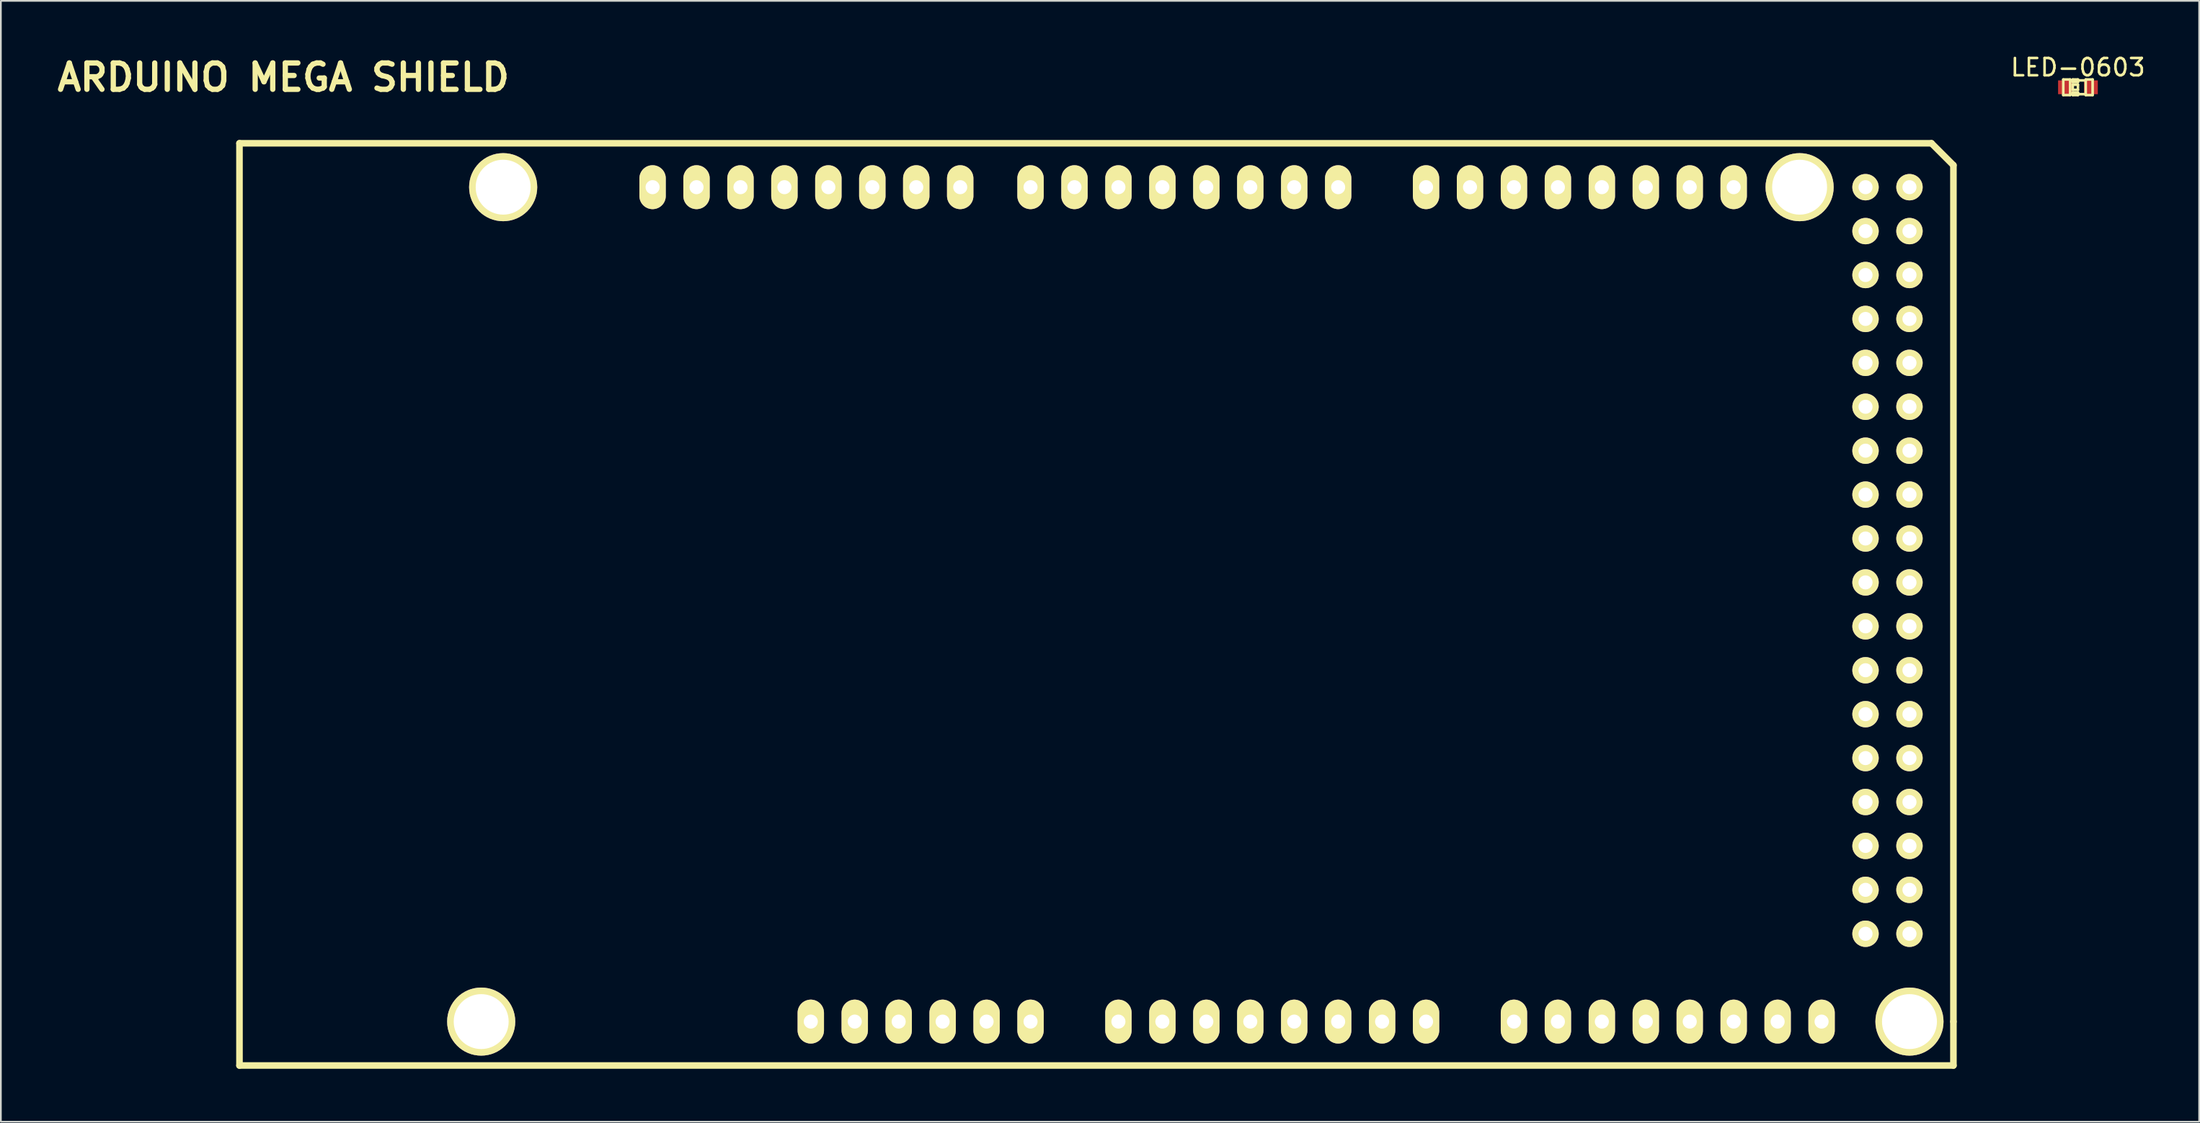
<source format=kicad_pcb>
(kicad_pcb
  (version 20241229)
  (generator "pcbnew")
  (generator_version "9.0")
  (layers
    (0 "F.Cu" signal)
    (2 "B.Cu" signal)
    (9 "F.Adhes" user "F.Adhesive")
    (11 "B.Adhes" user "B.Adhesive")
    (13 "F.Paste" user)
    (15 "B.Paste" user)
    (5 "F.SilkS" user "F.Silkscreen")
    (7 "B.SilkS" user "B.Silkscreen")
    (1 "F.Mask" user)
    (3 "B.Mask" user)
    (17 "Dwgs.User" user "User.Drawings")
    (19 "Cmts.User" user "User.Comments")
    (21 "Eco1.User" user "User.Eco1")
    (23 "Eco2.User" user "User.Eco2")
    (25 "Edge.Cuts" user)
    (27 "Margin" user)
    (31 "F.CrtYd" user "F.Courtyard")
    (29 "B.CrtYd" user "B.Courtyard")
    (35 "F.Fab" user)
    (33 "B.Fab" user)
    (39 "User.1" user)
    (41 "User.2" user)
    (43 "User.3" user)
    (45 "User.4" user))
  (footprint "ARDUINO MEGA SHIELD"
    (layer "F.Cu")
    (at 10.791 58.576)
    (property "Reference" "ARDUINO MEGA SHIELD" (at 2.54 -57.15 0) (layer "F.SilkS") (effects (font (size 1.524 1.524) (thickness 0.305))))
    (attr through_hole)
    (fp_line (start 0 0) (end 0 -53.34) (stroke (width 0.381) (type solid)) (layer "F.SilkS"))
    (fp_line (start 97.79 -53.34) (end 0 -53.34) (stroke (width 0.381) (type solid)) (layer "F.SilkS"))
    (fp_line (start 99.06 -52.07) (end 97.79 -53.34) (stroke (width 0.381) (type solid)) (layer "F.SilkS"))
    (fp_line (start 99.06 -2.54) (end 99.06 -52.07) (stroke (width 0.381) (type solid)) (layer "F.SilkS"))
    (fp_line (start 99.06 -2.54) (end 99.06 0) (stroke (width 0.381) (type solid)) (layer "F.SilkS"))
    (fp_line (start 99.06 0) (end 0 0) (stroke (width 0.381) (type solid)) (layer "F.SilkS"))
    (pad "" thru_hole circle (at 13.97 -2.54 90) (size 3.937 3.937) (drill 3.175) (layers "*.Cu" "*.Mask" "F.SilkS"))
    (pad "" thru_hole circle (at 15.24 -50.8 90) (size 3.937 3.937) (drill 3.175) (layers "*.Cu" "*.Mask" "F.SilkS"))
    (pad "" thru_hole circle (at 90.17 -50.8 90) (size 3.937 3.937) (drill 3.175) (layers "*.Cu" "*.Mask" "F.SilkS"))
    (pad "" thru_hole circle (at 96.52 -2.54 90) (size 3.937 3.937) (drill 3.175) (layers "*.Cu" "*.Mask" "F.SilkS"))
    (pad "0" thru_hole oval (at 63.5 -50.8 90) (size 2.54 1.524) (drill 0.813) (layers "*.Cu" "*.Mask" "F.SilkS"))
    (pad "1" thru_hole oval (at 60.96 -50.8 90) (size 2.54 1.524) (drill 0.813) (layers "*.Cu" "*.Mask" "F.SilkS"))
    (pad "2" thru_hole oval (at 58.42 -50.8 90) (size 2.54 1.524) (drill 0.813) (layers "*.Cu" "*.Mask" "F.SilkS"))
    (pad "3" thru_hole oval (at 55.88 -50.8 90) (size 2.54 1.524) (drill 0.813) (layers "*.Cu" "*.Mask" "F.SilkS"))
    (pad "3V3" thru_hole oval (at 35.56 -2.54 90) (size 2.54 1.524) (drill 0.813) (layers "*.Cu" "*.Mask" "F.SilkS"))
    (pad "4" thru_hole oval (at 53.34 -50.8 90) (size 2.54 1.524) (drill 0.813) (layers "*.Cu" "*.Mask" "F.SilkS"))
    (pad "5" thru_hole oval (at 50.8 -50.8 90) (size 2.54 1.524) (drill 0.813) (layers "*.Cu" "*.Mask" "F.SilkS"))
    (pad "5V" thru_hole oval (at 38.1 -2.54 90) (size 2.54 1.524) (drill 0.813) (layers "*.Cu" "*.Mask" "F.SilkS"))
    (pad "5V_4" thru_hole circle (at 93.98 -50.8) (size 1.524 1.524) (drill 0.813) (layers "*.Cu" "*.Mask" "F.SilkS"))
    (pad "5V_5" thru_hole circle (at 96.52 -50.8) (size 1.524 1.524) (drill 0.813) (layers "*.Cu" "*.Mask" "F.SilkS"))
    (pad "6" thru_hole oval (at 48.26 -50.8 90) (size 2.54 1.524) (drill 0.813) (layers "*.Cu" "*.Mask" "F.SilkS"))
    (pad "7" thru_hole oval (at 45.72 -50.8 90) (size 2.54 1.524) (drill 0.813) (layers "*.Cu" "*.Mask" "F.SilkS"))
    (pad "8" thru_hole oval (at 41.656 -50.8 90) (size 2.54 1.524) (drill 0.813) (layers "*.Cu" "*.Mask" "F.SilkS"))
    (pad "9" thru_hole oval (at 39.116 -50.8 90) (size 2.54 1.524) (drill 0.813) (layers "*.Cu" "*.Mask" "F.SilkS"))
    (pad "10" thru_hole oval (at 36.576 -50.8 90) (size 2.54 1.524) (drill 0.813) (layers "*.Cu" "*.Mask" "F.SilkS"))
    (pad "11" thru_hole oval (at 34.036 -50.8 90) (size 2.54 1.524) (drill 0.813) (layers "*.Cu" "*.Mask" "F.SilkS"))
    (pad "12" thru_hole oval (at 31.496 -50.8 90) (size 2.54 1.524) (drill 0.813) (layers "*.Cu" "*.Mask" "F.SilkS"))
    (pad "13" thru_hole oval (at 28.956 -50.8 90) (size 2.54 1.524) (drill 0.813) (layers "*.Cu" "*.Mask" "F.SilkS"))
    (pad "14" thru_hole oval (at 68.58 -50.8 90) (size 2.54 1.524) (drill 0.813) (layers "*.Cu" "*.Mask" "F.SilkS"))
    (pad "15" thru_hole oval (at 71.12 -50.8 90) (size 2.54 1.524) (drill 0.813) (layers "*.Cu" "*.Mask" "F.SilkS"))
    (pad "16" thru_hole oval (at 73.66 -50.8 90) (size 2.54 1.524) (drill 0.813) (layers "*.Cu" "*.Mask" "F.SilkS"))
    (pad "17" thru_hole oval (at 76.2 -50.8 90) (size 2.54 1.524) (drill 0.813) (layers "*.Cu" "*.Mask" "F.SilkS"))
    (pad "18" thru_hole oval (at 78.74 -50.8 90) (size 2.54 1.524) (drill 0.813) (layers "*.Cu" "*.Mask" "F.SilkS"))
    (pad "19" thru_hole oval (at 81.28 -50.8 90) (size 2.54 1.524) (drill 0.813) (layers "*.Cu" "*.Mask" "F.SilkS"))
    (pad "20" thru_hole oval (at 83.82 -50.8 90) (size 2.54 1.524) (drill 0.813) (layers "*.Cu" "*.Mask" "F.SilkS"))
    (pad "21" thru_hole oval (at 86.36 -50.8 90) (size 2.54 1.524) (drill 0.813) (layers "*.Cu" "*.Mask" "F.SilkS"))
    (pad "22" thru_hole circle (at 93.98 -48.26) (size 1.524 1.524) (drill 0.813) (layers "*.Cu" "*.Mask" "F.SilkS"))
    (pad "23" thru_hole circle (at 96.52 -48.26) (size 1.524 1.524) (drill 0.813) (layers "*.Cu" "*.Mask" "F.SilkS"))
    (pad "24" thru_hole circle (at 93.98 -45.72) (size 1.524 1.524) (drill 0.813) (layers "*.Cu" "*.Mask" "F.SilkS"))
    (pad "25" thru_hole circle (at 96.52 -45.72) (size 1.524 1.524) (drill 0.813) (layers "*.Cu" "*.Mask" "F.SilkS"))
    (pad "26" thru_hole circle (at 93.98 -43.18) (size 1.524 1.524) (drill 0.813) (layers "*.Cu" "*.Mask" "F.SilkS"))
    (pad "27" thru_hole circle (at 96.52 -43.18) (size 1.524 1.524) (drill 0.813) (layers "*.Cu" "*.Mask" "F.SilkS"))
    (pad "28" thru_hole circle (at 93.98 -40.64) (size 1.524 1.524) (drill 0.813) (layers "*.Cu" "*.Mask" "F.SilkS"))
    (pad "29" thru_hole circle (at 96.52 -40.64) (size 1.524 1.524) (drill 0.813) (layers "*.Cu" "*.Mask" "F.SilkS"))
    (pad "30" thru_hole circle (at 93.98 -38.1) (size 1.524 1.524) (drill 0.813) (layers "*.Cu" "*.Mask" "F.SilkS"))
    (pad "31" thru_hole circle (at 96.52 -38.1) (size 1.524 1.524) (drill 0.813) (layers "*.Cu" "*.Mask" "F.SilkS"))
    (pad "32" thru_hole circle (at 93.98 -35.56) (size 1.524 1.524) (drill 0.813) (layers "*.Cu" "*.Mask" "F.SilkS"))
    (pad "33" thru_hole circle (at 96.52 -35.56) (size 1.524 1.524) (drill 0.813) (layers "*.Cu" "*.Mask" "F.SilkS"))
    (pad "34" thru_hole circle (at 93.98 -33.02) (size 1.524 1.524) (drill 0.813) (layers "*.Cu" "*.Mask" "F.SilkS"))
    (pad "35" thru_hole circle (at 96.52 -33.02) (size 1.524 1.524) (drill 0.813) (layers "*.Cu" "*.Mask" "F.SilkS"))
    (pad "36" thru_hole circle (at 93.98 -30.48) (size 1.524 1.524) (drill 0.813) (layers "*.Cu" "*.Mask" "F.SilkS"))
    (pad "37" thru_hole circle (at 96.52 -30.48) (size 1.524 1.524) (drill 0.813) (layers "*.Cu" "*.Mask" "F.SilkS"))
    (pad "38" thru_hole circle (at 93.98 -27.94) (size 1.524 1.524) (drill 0.813) (layers "*.Cu" "*.Mask" "F.SilkS"))
    (pad "39" thru_hole circle (at 96.52 -27.94) (size 1.524 1.524) (drill 0.813) (layers "*.Cu" "*.Mask" "F.SilkS"))
    (pad "40" thru_hole circle (at 93.98 -25.4) (size 1.524 1.524) (drill 0.813) (layers "*.Cu" "*.Mask" "F.SilkS"))
    (pad "41" thru_hole circle (at 96.52 -25.4) (size 1.524 1.524) (drill 0.813) (layers "*.Cu" "*.Mask" "F.SilkS"))
    (pad "42" thru_hole circle (at 93.98 -22.86) (size 1.524 1.524) (drill 0.813) (layers "*.Cu" "*.Mask" "F.SilkS"))
    (pad "43" thru_hole circle (at 96.52 -22.86) (size 1.524 1.524) (drill 0.813) (layers "*.Cu" "*.Mask" "F.SilkS"))
    (pad "44" thru_hole circle (at 93.98 -20.32) (size 1.524 1.524) (drill 0.813) (layers "*.Cu" "*.Mask" "F.SilkS"))
    (pad "45" thru_hole circle (at 96.52 -20.32) (size 1.524 1.524) (drill 0.813) (layers "*.Cu" "*.Mask" "F.SilkS"))
    (pad "46" thru_hole circle (at 93.98 -17.78) (size 1.524 1.524) (drill 0.813) (layers "*.Cu" "*.Mask" "F.SilkS"))
    (pad "47" thru_hole circle (at 96.52 -17.78) (size 1.524 1.524) (drill 0.813) (layers "*.Cu" "*.Mask" "F.SilkS"))
    (pad "48" thru_hole circle (at 93.98 -15.24) (size 1.524 1.524) (drill 0.813) (layers "*.Cu" "*.Mask" "F.SilkS"))
    (pad "49" thru_hole circle (at 96.52 -15.24) (size 1.524 1.524) (drill 0.813) (layers "*.Cu" "*.Mask" "F.SilkS"))
    (pad "50" thru_hole circle (at 93.98 -12.7) (size 1.524 1.524) (drill 0.813) (layers "*.Cu" "*.Mask" "F.SilkS"))
    (pad "51" thru_hole circle (at 96.52 -12.7) (size 1.524 1.524) (drill 0.813) (layers "*.Cu" "*.Mask" "F.SilkS"))
    (pad "52" thru_hole circle (at 93.98 -10.16) (size 1.524 1.524) (drill 0.813) (layers "*.Cu" "*.Mask" "F.SilkS"))
    (pad "53" thru_hole circle (at 96.52 -10.16) (size 1.524 1.524) (drill 0.813) (layers "*.Cu" "*.Mask" "F.SilkS"))
    (pad "AD0" thru_hole oval (at 50.8 -2.54 90) (size 2.54 1.524) (drill 0.813) (layers "*.Cu" "*.Mask" "F.SilkS"))
    (pad "AD1" thru_hole oval (at 53.34 -2.54 90) (size 2.54 1.524) (drill 0.813) (layers "*.Cu" "*.Mask" "F.SilkS"))
    (pad "AD2" thru_hole oval (at 55.88 -2.54 90) (size 2.54 1.524) (drill 0.813) (layers "*.Cu" "*.Mask" "F.SilkS"))
    (pad "AD3" thru_hole oval (at 58.42 -2.54 90) (size 2.54 1.524) (drill 0.813) (layers "*.Cu" "*.Mask" "F.SilkS"))
    (pad "AD4" thru_hole oval (at 60.96 -2.54 90) (size 2.54 1.524) (drill 0.813) (layers "*.Cu" "*.Mask" "F.SilkS"))
    (pad "AD5" thru_hole oval (at 63.5 -2.54 90) (size 2.54 1.524) (drill 0.813) (layers "*.Cu" "*.Mask" "F.SilkS"))
    (pad "AD6" thru_hole oval (at 66.04 -2.54 90) (size 2.54 1.524) (drill 0.813) (layers "*.Cu" "*.Mask" "F.SilkS"))
    (pad "AD7" thru_hole oval (at 68.58 -2.54 90) (size 2.54 1.524) (drill 0.813) (layers "*.Cu" "*.Mask" "F.SilkS"))
    (pad "AD8" thru_hole oval (at 73.66 -2.54 90) (size 2.54 1.524) (drill 0.813) (layers "*.Cu" "*.Mask" "F.SilkS"))
    (pad "AD9" thru_hole oval (at 76.2 -2.54 90) (size 2.54 1.524) (drill 0.813) (layers "*.Cu" "*.Mask" "F.SilkS"))
    (pad "AD10" thru_hole oval (at 78.74 -2.54 90) (size 2.54 1.524) (drill 0.813) (layers "*.Cu" "*.Mask" "F.SilkS"))
    (pad "AD11" thru_hole oval (at 81.28 -2.54 90) (size 2.54 1.524) (drill 0.813) (layers "*.Cu" "*.Mask" "F.SilkS"))
    (pad "AD12" thru_hole oval (at 83.82 -2.54 90) (size 2.54 1.524) (drill 0.813) (layers "*.Cu" "*.Mask" "F.SilkS"))
    (pad "AD13" thru_hole oval (at 86.36 -2.54 90) (size 2.54 1.524) (drill 0.813) (layers "*.Cu" "*.Mask" "F.SilkS"))
    (pad "AD14" thru_hole oval (at 88.9 -2.54 90) (size 2.54 1.524) (drill 0.813) (layers "*.Cu" "*.Mask" "F.SilkS"))
    (pad "AD15" thru_hole oval (at 91.44 -2.54 90) (size 2.54 1.524) (drill 0.813) (layers "*.Cu" "*.Mask" "F.SilkS"))
    (pad "AREF" thru_hole oval (at 23.876 -50.8 90) (size 2.54 1.524) (drill 0.813) (layers "*.Cu" "*.Mask" "F.SilkS"))
    (pad "GND1" thru_hole oval (at 40.64 -2.54 90) (size 2.54 1.524) (drill 0.813) (layers "*.Cu" "*.Mask" "F.SilkS"))
    (pad "GND2" thru_hole oval (at 43.18 -2.54 90) (size 2.54 1.524) (drill 0.813) (layers "*.Cu" "*.Mask" "F.SilkS"))
    (pad "GND3" thru_hole oval (at 26.416 -50.8 90) (size 2.54 1.524) (drill 0.813) (layers "*.Cu" "*.Mask" "F.SilkS"))
    (pad "GND4" thru_hole circle (at 93.98 -7.62) (size 1.524 1.524) (drill 0.813) (layers "*.Cu" "*.Mask" "F.SilkS"))
    (pad "GND5" thru_hole circle (at 96.52 -7.62) (size 1.524 1.524) (drill 0.813) (layers "*.Cu" "*.Mask" "F.SilkS"))
    (pad "RST" thru_hole oval (at 33.02 -2.54 90) (size 2.54 1.524) (drill 0.813) (layers "*.Cu" "*.Mask" "F.SilkS"))
    (pad "V_IN" thru_hole oval (at 45.72 -2.54 90) (size 2.54 1.524) (drill 0.813) (layers "*.Cu" "*.Mask" "F.SilkS")))
  (footprint "LED-0603"
    (layer "F.Cu")
    (at 117.048 1.998)
    (property "Reference" "LED-0603" (at 0 -1.15 0) (layer "F.SilkS") (effects (font (size 1 1) (thickness 0.15))))
    (attr smd)
    (fp_line (start -0.848 -0.45) (end -0.848 0.45) (stroke (width 0.15) (type solid)) (layer "F.SilkS"))
    (fp_line (start -0.45 -0.45) (end -0.848 -0.45) (stroke (width 0.15) (type solid)) (layer "F.SilkS"))
    (fp_line (start -0.45 -0.45) (end -0.45 0.45) (stroke (width 0.15) (type solid)) (layer "F.SilkS"))
    (fp_line (start -0.45 -0.399) (end 0.45 -0.399) (stroke (width 0.15) (type solid)) (layer "F.SilkS"))
    (fp_line (start -0.45 0.399) (end 0.45 0.399) (stroke (width 0.15) (type solid)) (layer "F.SilkS"))
    (fp_line (start -0.45 0.45) (end -0.848 0.45) (stroke (width 0.15) (type solid)) (layer "F.SilkS"))
    (fp_line (start -0.3 -0.45) (end -0.3 -0.3) (stroke (width 0.15) (type solid)) (layer "F.SilkS"))
    (fp_line (start -0.3 -0.15) (end -0.3 0.15) (stroke (width 0.15) (type solid)) (layer "F.SilkS"))
    (fp_line (start -0.3 0.3) (end -0.3 0.45) (stroke (width 0.15) (type solid)) (layer "F.SilkS"))
    (fp_line (start 0 -0.45) (end -0.3 -0.45) (stroke (width 0.15) (type solid)) (layer "F.SilkS"))
    (fp_line (start 0 -0.45) (end 0 -0.3) (stroke (width 0.15) (type solid)) (layer "F.SilkS"))
    (fp_line (start 0 -0.3) (end -0.3 -0.3) (stroke (width 0.15) (type solid)) (layer "F.SilkS"))
    (fp_line (start 0 -0.15) (end -0.3 -0.15) (stroke (width 0.15) (type solid)) (layer "F.SilkS"))
    (fp_line (start 0 -0.15) (end 0 0.15) (stroke (width 0.15) (type solid)) (layer "F.SilkS"))
    (fp_line (start 0 0.15) (end -0.3 0.15) (stroke (width 0.15) (type solid)) (layer "F.SilkS"))
    (fp_line (start 0 0.3) (end -0.3 0.3) (stroke (width 0.15) (type solid)) (layer "F.SilkS"))
    (fp_line (start 0 0.3) (end 0 0.45) (stroke (width 0.15) (type solid)) (layer "F.SilkS"))
    (fp_line (start 0 0.45) (end -0.3 0.45) (stroke (width 0.15) (type solid)) (layer "F.SilkS"))
    (fp_line (start 0.45 -0.45) (end 0.45 0.45) (stroke (width 0.15) (type solid)) (layer "F.SilkS"))
    (fp_line (start 0.848 -0.45) (end 0.45 -0.45) (stroke (width 0.15) (type solid)) (layer "F.SilkS"))
    (fp_line (start 0.848 -0.45) (end 0.848 0.45) (stroke (width 0.15) (type solid)) (layer "F.SilkS"))
    (fp_line (start 0.848 0.45) (end 0.45 0.45) (stroke (width 0.15) (type solid)) (layer "F.SilkS"))
    (pad "1" smd rect (at -0.749 0 180) (size 0.798 0.798) (layers "F.Cu" "F.Mask" "F.Paste"))
    (pad "2" smd rect (at 0.749 0 180) (size 0.798 0.798) (layers "F.Cu" "F.Mask" "F.Paste")))
  (gr_rect
    (start -3 -3)
    (end 124.054 61.826)
    (stroke (width 0.1) (type default))
    (fill no)
    (layer "Edge.Cuts")))
</source>
